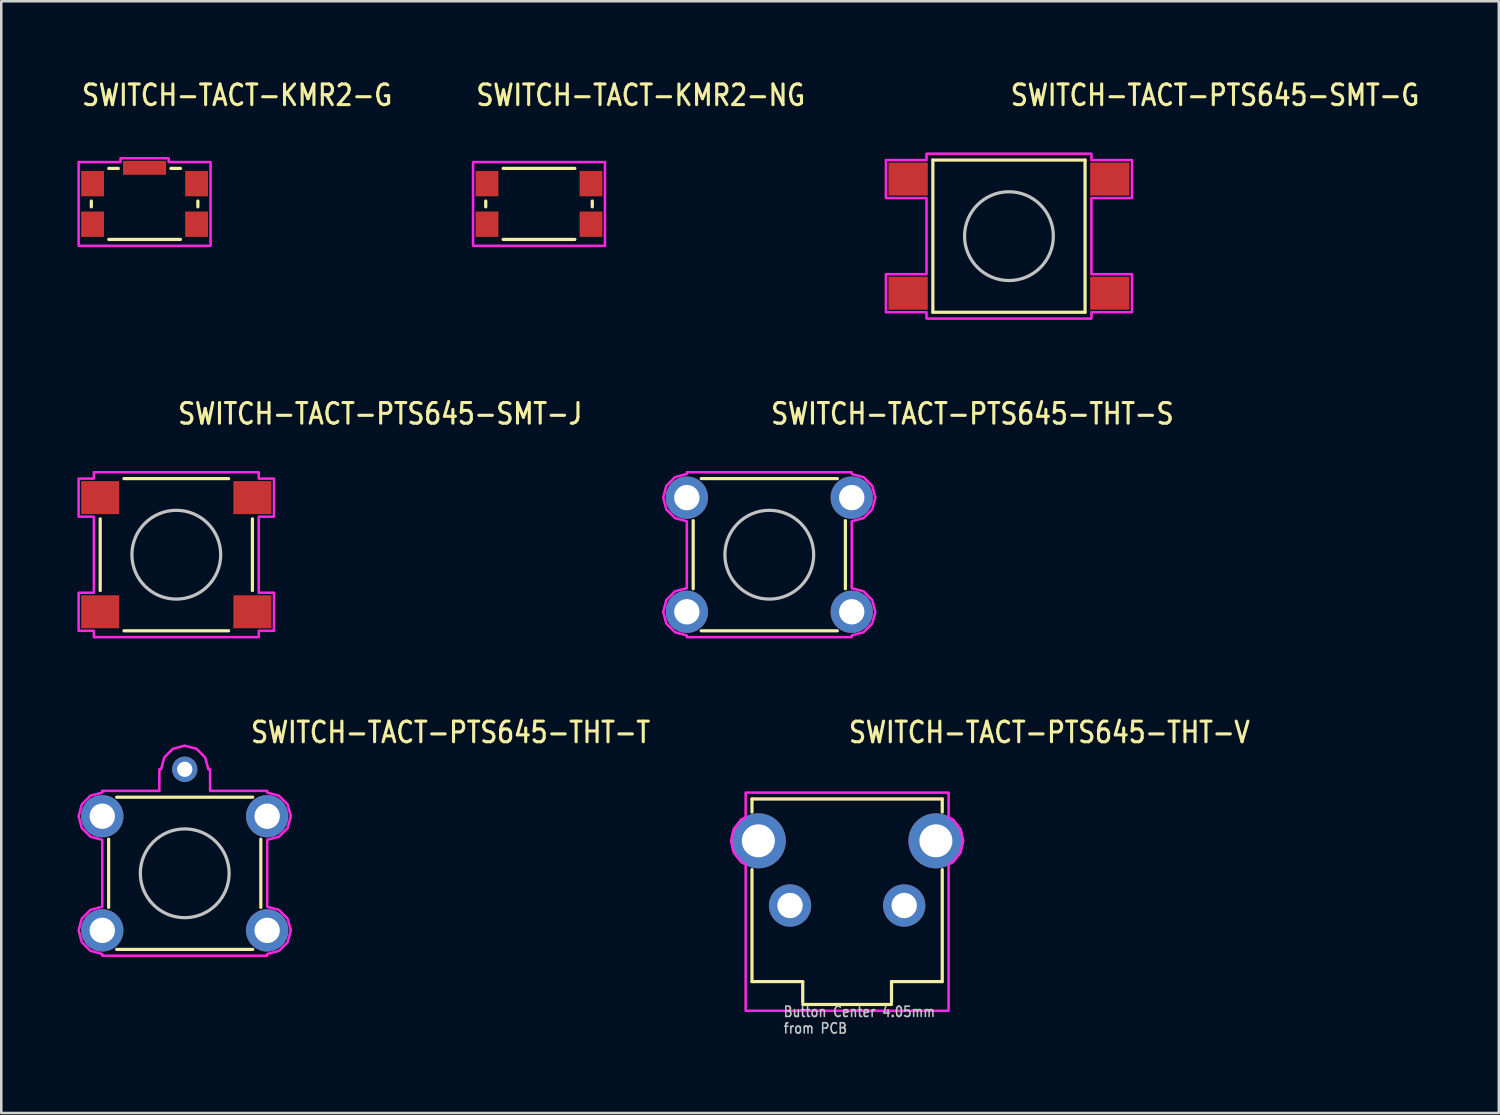
<source format=kicad_pcb>
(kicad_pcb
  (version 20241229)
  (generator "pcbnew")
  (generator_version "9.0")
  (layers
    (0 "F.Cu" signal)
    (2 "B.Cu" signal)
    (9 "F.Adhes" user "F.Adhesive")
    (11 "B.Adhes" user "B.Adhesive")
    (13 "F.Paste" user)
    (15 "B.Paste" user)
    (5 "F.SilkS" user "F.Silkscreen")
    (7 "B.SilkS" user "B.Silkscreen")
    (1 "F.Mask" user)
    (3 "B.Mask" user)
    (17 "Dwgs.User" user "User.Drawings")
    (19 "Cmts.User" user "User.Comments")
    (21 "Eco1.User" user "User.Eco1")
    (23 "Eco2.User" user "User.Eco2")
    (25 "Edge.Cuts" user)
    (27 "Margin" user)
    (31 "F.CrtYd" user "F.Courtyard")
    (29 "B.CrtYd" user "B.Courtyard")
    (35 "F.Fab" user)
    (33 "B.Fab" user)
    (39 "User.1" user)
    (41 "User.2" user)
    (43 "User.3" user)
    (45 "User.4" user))
  (footprint "SWITCH-TACT-PTS645-THT-S"
    (layer "F.Cu")
    (at 27.276 18.817)
    (property "Reference" "SWITCH-TACT-PTS645-THT-S" (at 0 -5.08 0) (unlocked yes) (layer "F.SilkS") (effects (font (size 0.813 0.695) (thickness 0.122)) (justify left bottom)))
    (fp_line (start -3 -1.343) (end -3 1.343) (stroke (width 0.127) (type solid)) (layer "F.SilkS"))
    (fp_line (start -2.683 -3) (end 2.683 -3) (stroke (width 0.127) (type solid)) (layer "F.SilkS"))
    (fp_line (start -2.683 3) (end 2.683 3) (stroke (width 0.127) (type solid)) (layer "F.SilkS"))
    (fp_line (start 3 -1.343) (end 3 1.343) (stroke (width 0.127) (type solid)) (layer "F.SilkS"))
    (fp_circle (center 0 0) (end 1.75 0) (stroke (width 0.127) (type solid)) (fill no) (layer "Dwgs.User"))
    (fp_poly (pts (xy -3.25 -3.182) (xy -3.25 -3.25) (xy 3.25 -3.25) (xy 3.25 -3.182) (xy 3.716 -3.057) (xy 4.057 -2.716) (xy 4.182 -2.25) (xy 4.057 -1.784) (xy 3.716 -1.443) (xy 3.25 -1.318) (xy 3.25 1.318) (xy 3.716 1.443) (xy 4.057 1.784) (xy 4.182 2.25) (xy 4.057 2.716) (xy 3.716 3.057) (xy 3.25 3.182) (xy 3.25 3.25) (xy -3.25 3.25) (xy -3.25 3.182) (xy -3.716 3.057) (xy -4.057 2.716) (xy -4.182 2.25) (xy -4.057 1.784) (xy -3.716 1.443) (xy -3.25 1.318) (xy -3.25 -1.318) (xy -3.716 -1.443) (xy -4.057 -1.784) (xy -4.182 -2.25) (xy -4.057 -2.716) (xy -3.716 -3.057)) (stroke (width 0.1) (type solid)) (fill no) (layer "F.CrtYd"))
    (pad "1" thru_hole oval (at -3.25 -2.25) (size 1.667 1.667) (drill 1) (layers "*.Cu" "*.Mask"))
    (pad "2" thru_hole oval (at 3.25 -2.25) (size 1.667 1.667) (drill 1) (layers "*.Cu" "*.Mask"))
    (pad "3" thru_hole oval (at -3.25 2.25) (size 1.667 1.667) (drill 1) (layers "*.Cu" "*.Mask"))
    (pad "4" thru_hole oval (at 3.25 2.25) (size 1.667 1.667) (drill 1) (layers "*.Cu" "*.Mask")))
  (footprint "SWITCH-TACT-PTS645-SMT-J"
    (layer "F.Cu")
    (at 3.9 18.817)
    (property "Reference" "SWITCH-TACT-PTS645-SMT-J" (at 0 -5.08 0) (unlocked yes) (layer "F.SilkS") (effects (font (size 0.813 0.695) (thickness 0.122)) (justify left bottom)))
    (fp_line (start -3 -1.413) (end -3 1.413) (stroke (width 0.127) (type solid)) (layer "F.SilkS"))
    (fp_line (start -2.063 -3) (end 2.063 -3) (stroke (width 0.127) (type solid)) (layer "F.SilkS"))
    (fp_line (start -2.063 3) (end 2.063 3) (stroke (width 0.127) (type solid)) (layer "F.SilkS"))
    (fp_line (start 3 -1.413) (end 3 1.413) (stroke (width 0.127) (type solid)) (layer "F.SilkS"))
    (fp_circle (center 0 0) (end 1.75 0) (stroke (width 0.127) (type solid)) (fill no) (layer "Dwgs.User"))
    (fp_poly (pts (xy -3.85 -3) (xy -3.25 -3) (xy -3.25 -3.25) (xy 3.25 -3.25) (xy 3.25 -3) (xy 3.85 -3) (xy 3.85 -1.5) (xy 3.25 -1.5) (xy 3.25 1.5) (xy 3.85 1.5) (xy 3.85 3) (xy 3.25 3) (xy 3.25 3.25) (xy -3.25 3.25) (xy -3.25 3) (xy -3.85 3) (xy -3.85 1.5) (xy -3.25 1.5) (xy -3.25 -1.5) (xy -3.85 -1.5)) (stroke (width 0.1) (type solid)) (fill no) (layer "F.CrtYd"))
    (pad "A" smd rect (at -3 -2.25) (size 1.5 1.3) (layers "F.Cu" "F.Mask" "F.Paste"))
    (pad "B" smd rect (at 3 -2.25) (size 1.5 1.3) (layers "F.Cu" "F.Mask" "F.Paste"))
    (pad "C" smd rect (at -3 2.25) (size 1.5 1.3) (layers "F.Cu" "F.Mask" "F.Paste"))
    (pad "D" smd rect (at 3 2.25) (size 1.5 1.3) (layers "F.Cu" "F.Mask" "F.Paste")))
  (footprint "SWITCH-TACT-PTS645-THT-V"
    (layer "F.Cu")
    (at 30.344 32.646)
    (property "Reference" "SWITCH-TACT-PTS645-THT-V" (at 0 -6.35 0) (unlocked yes) (layer "F.SilkS") (effects (font (size 0.813 0.695) (thickness 0.122)) (justify left bottom)))
    (fp_line (start -3.75 -4.2) (end -3.75 -3.684) (stroke (width 0.127) (type solid)) (layer "F.SilkS"))
    (fp_line (start -3.75 -4.2) (end 3.75 -4.2) (stroke (width 0.127) (type solid)) (layer "F.SilkS"))
    (fp_line (start -3.75 -1.416) (end -3.75 3) (stroke (width 0.127) (type solid)) (layer "F.SilkS"))
    (fp_line (start -3.75 3) (end -1.75 3) (stroke (width 0.127) (type solid)) (layer "F.SilkS"))
    (fp_line (start -1.75 3) (end -1.75 3.81) (stroke (width 0.127) (type solid)) (layer "F.SilkS"))
    (fp_line (start -1.75 3.9) (end 1.75 3.9) (stroke (width 0.127) (type solid)) (layer "F.SilkS"))
    (fp_line (start 1.75 3) (end 1.75 3.81) (stroke (width 0.127) (type solid)) (layer "F.SilkS"))
    (fp_line (start 3.75 -4.2) (end 3.75 -3.684) (stroke (width 0.127) (type solid)) (layer "F.SilkS"))
    (fp_line (start 3.75 -1.416) (end 3.75 3) (stroke (width 0.127) (type solid)) (layer "F.SilkS"))
    (fp_line (start 3.75 3) (end 1.75 3) (stroke (width 0.127) (type solid)) (layer "F.SilkS"))
    (fp_poly (pts (xy -4 -3.475) (xy -4 -4.45) (xy 4 -4.45) (xy 4 -3.475) (xy 4.171 -3.392) (xy 4.47 -3.017) (xy 4.577 -2.55) (xy 4.47 -2.083) (xy 4.171 -1.708) (xy 4 -1.625) (xy 4 4.15) (xy -4 4.15) (xy -4 -1.625) (xy -4.171 -1.708) (xy -4.47 -2.083) (xy -4.577 -2.55) (xy -4.47 -3.017) (xy -4.171 -3.392)) (stroke (width 0.1) (type solid)) (fill no) (layer "F.CrtYd"))
    (fp_text user "Button Center 4.05mm\nfrom PCB " (at -2.54 5.08 0) (unlocked yes) (layer "Dwgs.User") (effects (font (size 0.406 0.347) (thickness 0.061)) (justify left bottom)))
    (pad "1" thru_hole oval (at -2.25 0) (size 1.667 1.667) (drill 1) (layers "*.Cu" "*.Mask"))
    (pad "2" thru_hole oval (at 2.25 0) (size 1.667 1.667) (drill 1) (layers "*.Cu" "*.Mask"))
    (pad "SHELL1" thru_hole oval (at -3.5 -2.55) (size 2.167 2.167) (drill 1.3) (layers "*.Cu" "*.Mask"))
    (pad "SHELL2" thru_hole oval (at 3.5 -2.55) (size 2.167 2.167) (drill 1.3) (layers "*.Cu" "*.Mask")))
  (footprint "SWITCH-TACT-KMR2-G"
    (layer "F.Cu")
    (at 2.65 4.989)
    (property "Reference" "SWITCH-TACT-KMR2-G" (at -2.54 -3.81 0) (unlocked yes) (layer "F.SilkS") (effects (font (size 0.813 0.695) (thickness 0.122)) (justify left bottom)))
    (fp_line (start -2.1 -0.114) (end -2.1 0.114) (stroke (width 0.127) (type solid)) (layer "F.SilkS"))
    (fp_line (start -1.413 -1.4) (end -1.036 -1.4) (stroke (width 0.127) (type solid)) (layer "F.SilkS"))
    (fp_line (start 1.036 -1.4) (end 1.413 -1.4) (stroke (width 0.127) (type solid)) (layer "F.SilkS"))
    (fp_line (start 1.413 1.4) (end -1.413 1.4) (stroke (width 0.127) (type solid)) (layer "F.SilkS"))
    (fp_line (start 2.1 -0.114) (end 2.1 0.114) (stroke (width 0.127) (type solid)) (layer "F.SilkS"))
    (fp_poly (pts (xy -2.6 -1.65) (xy -0.95 -1.65) (xy -0.95 -1.8) (xy 0.95 -1.8) (xy 0.95 -1.65) (xy 2.6 -1.65) (xy 2.6 1.65) (xy -2.6 1.65)) (stroke (width 0.1) (type solid)) (fill no) (layer "F.CrtYd"))
    (pad "1" smd rect (at 2.05 -0.8) (size 0.9 1) (layers "F.Cu" "F.Mask" "F.Paste"))
    (pad "2" smd rect (at 2.05 0.8) (size 0.9 1) (layers "F.Cu" "F.Mask" "F.Paste"))
    (pad "3" smd rect (at -2.05 0.8) (size 0.9 1) (layers "F.Cu" "F.Mask" "F.Paste"))
    (pad "4" smd rect (at -2.05 -0.8) (size 0.9 1) (layers "F.Cu" "F.Mask" "F.Paste"))
    (pad "5" smd rect (at 0 -1.425) (size 1.7 0.55) (layers "F.Cu" "F.Mask" "F.Paste")))
  (footprint "SWITCH-TACT-PTS645-THT-T"
    (layer "F.Cu")
    (at 4.232 31.376)
    (property "Reference" "SWITCH-TACT-PTS645-THT-T" (at 2.54 -5.08 0) (unlocked yes) (layer "F.SilkS") (effects (font (size 0.813 0.695) (thickness 0.122)) (justify left bottom)))
    (fp_line (start -3 -1.343) (end -3 1.343) (stroke (width 0.127) (type solid)) (layer "F.SilkS"))
    (fp_line (start -2.683 -3) (end 2.683 -3) (stroke (width 0.127) (type solid)) (layer "F.SilkS"))
    (fp_line (start -2.683 3) (end 2.683 3) (stroke (width 0.127) (type solid)) (layer "F.SilkS"))
    (fp_line (start 3 -1.343) (end 3 1.343) (stroke (width 0.127) (type solid)) (layer "F.SilkS"))
    (fp_circle (center 0 0) (end 1.75 0) (stroke (width 0.127) (type solid)) (fill no) (layer "Dwgs.User"))
    (fp_poly (pts (xy -3.25 -3.182) (xy -3.25 -3.25) (xy -1 -3.25) (xy -1 -4.1) (xy -0.932 -4.1) (xy -0.807 -4.566) (xy -0.466 -4.907) (xy 0 -5.032) (xy 0.466 -4.907) (xy 0.807 -4.566) (xy 0.932 -4.1) (xy 1 -4.1) (xy 1 -3.25) (xy 3.25 -3.25) (xy 3.25 -3.182) (xy 3.716 -3.057) (xy 4.057 -2.716) (xy 4.182 -2.25) (xy 4.057 -1.784) (xy 3.716 -1.443) (xy 3.25 -1.318) (xy 3.25 1.318) (xy 3.716 1.443) (xy 4.057 1.784) (xy 4.182 2.25) (xy 4.057 2.716) (xy 3.716 3.057) (xy 3.25 3.182) (xy 3.25 3.25) (xy -3.25 3.25) (xy -3.25 3.182) (xy -3.716 3.057) (xy -4.057 2.716) (xy -4.182 2.25) (xy -4.057 1.784) (xy -3.716 1.443) (xy -3.25 1.318) (xy -3.25 -1.318) (xy -3.716 -1.443) (xy -4.057 -1.784) (xy -4.182 -2.25) (xy -4.057 -2.716) (xy -3.716 -3.057)) (stroke (width 0.1) (type solid)) (fill no) (layer "F.CrtYd"))
    (pad "1" thru_hole oval (at -3.25 -2.25) (size 1.667 1.667) (drill 1) (layers "*.Cu" "*.Mask"))
    (pad "2" thru_hole oval (at 3.25 -2.25) (size 1.667 1.667) (drill 1) (layers "*.Cu" "*.Mask"))
    (pad "3" thru_hole oval (at -3.25 2.25) (size 1.667 1.667) (drill 1) (layers "*.Cu" "*.Mask"))
    (pad "4" thru_hole oval (at 3.25 2.25) (size 1.667 1.667) (drill 1) (layers "*.Cu" "*.Mask"))
    (pad "5" thru_hole oval (at 0 -4.1) (size 1 1) (drill 0.6) (layers "*.Cu" "*.Mask")))
  (footprint "SWITCH-TACT-PTS645-SMT-G"
    (layer "F.Cu")
    (at 36.724 6.259)
    (property "Reference" "SWITCH-TACT-PTS645-SMT-G" (at 0 -5.08 0) (unlocked yes) (layer "F.SilkS") (effects (font (size 0.813 0.695) (thickness 0.122)) (justify left bottom)))
    (fp_line (start -3 -3) (end -3 3) (stroke (width 0.127) (type solid)) (layer "F.SilkS"))
    (fp_line (start -3 -3) (end 3 -3) (stroke (width 0.127) (type solid)) (layer "F.SilkS"))
    (fp_line (start -3 3) (end 3 3) (stroke (width 0.127) (type solid)) (layer "F.SilkS"))
    (fp_line (start 3 3) (end 3 -3) (stroke (width 0.127) (type solid)) (layer "F.SilkS"))
    (fp_circle (center 0 0) (end 1.75 0) (stroke (width 0.127) (type solid)) (fill no) (layer "Dwgs.User"))
    (fp_poly (pts (xy -4.85 -3) (xy -3.25 -3) (xy -3.25 -3.25) (xy 3.25 -3.25) (xy 3.25 -3) (xy 4.85 -3) (xy 4.85 -1.5) (xy 3.25 -1.5) (xy 3.25 1.5) (xy 4.85 1.5) (xy 4.85 3) (xy 3.25 3) (xy 3.25 3.25) (xy -3.25 3.25) (xy -3.25 3) (xy -4.85 3) (xy -4.85 1.5) (xy -3.25 1.5) (xy -3.25 -1.5) (xy -4.85 -1.5)) (stroke (width 0.1) (type solid)) (fill no) (layer "F.CrtYd"))
    (pad "1" smd rect (at -3.975 -2.25) (size 1.55 1.3) (layers "F.Cu" "F.Mask" "F.Paste"))
    (pad "2" smd rect (at 3.975 -2.25) (size 1.55 1.3) (layers "F.Cu" "F.Mask" "F.Paste"))
    (pad "3" smd rect (at -3.975 2.25) (size 1.55 1.3) (layers "F.Cu" "F.Mask" "F.Paste"))
    (pad "4" smd rect (at 3.975 2.25) (size 1.55 1.3) (layers "F.Cu" "F.Mask" "F.Paste")))
  (footprint "SWITCH-TACT-KMR2-NG"
    (layer "F.Cu")
    (at 18.198 4.989)
    (property "Reference" "SWITCH-TACT-KMR2-NG" (at -2.54 -3.81 0) (unlocked yes) (layer "F.SilkS") (effects (font (size 0.813 0.695) (thickness 0.122)) (justify left bottom)))
    (fp_line (start -2.1 -0.114) (end -2.1 0.114) (stroke (width 0.127) (type solid)) (layer "F.SilkS"))
    (fp_line (start -1.413 -1.4) (end 1.413 -1.4) (stroke (width 0.127) (type solid)) (layer "F.SilkS"))
    (fp_line (start 1.413 1.4) (end -1.413 1.4) (stroke (width 0.127) (type solid)) (layer "F.SilkS"))
    (fp_line (start 2.1 -0.114) (end 2.1 0.114) (stroke (width 0.127) (type solid)) (layer "F.SilkS"))
    (fp_poly (pts (xy -2.6 -1.65) (xy 2.6 -1.65) (xy 2.6 1.65) (xy -2.6 1.65)) (stroke (width 0.1) (type solid)) (fill no) (layer "F.CrtYd"))
    (pad "1" smd rect (at 2.05 -0.8) (size 0.9 1) (layers "F.Cu" "F.Mask" "F.Paste"))
    (pad "2" smd rect (at 2.05 0.8) (size 0.9 1) (layers "F.Cu" "F.Mask" "F.Paste"))
    (pad "3" smd rect (at -2.05 0.8) (size 0.9 1) (layers "F.Cu" "F.Mask" "F.Paste"))
    (pad "4" smd rect (at -2.05 -0.8) (size 0.9 1) (layers "F.Cu" "F.Mask" "F.Paste")))
  (gr_rect
    (start -3 -3)
    (end 56.034 40.826)
    (stroke (width 0.1) (type default))
    (fill no)
    (layer "Edge.Cuts")))
</source>
